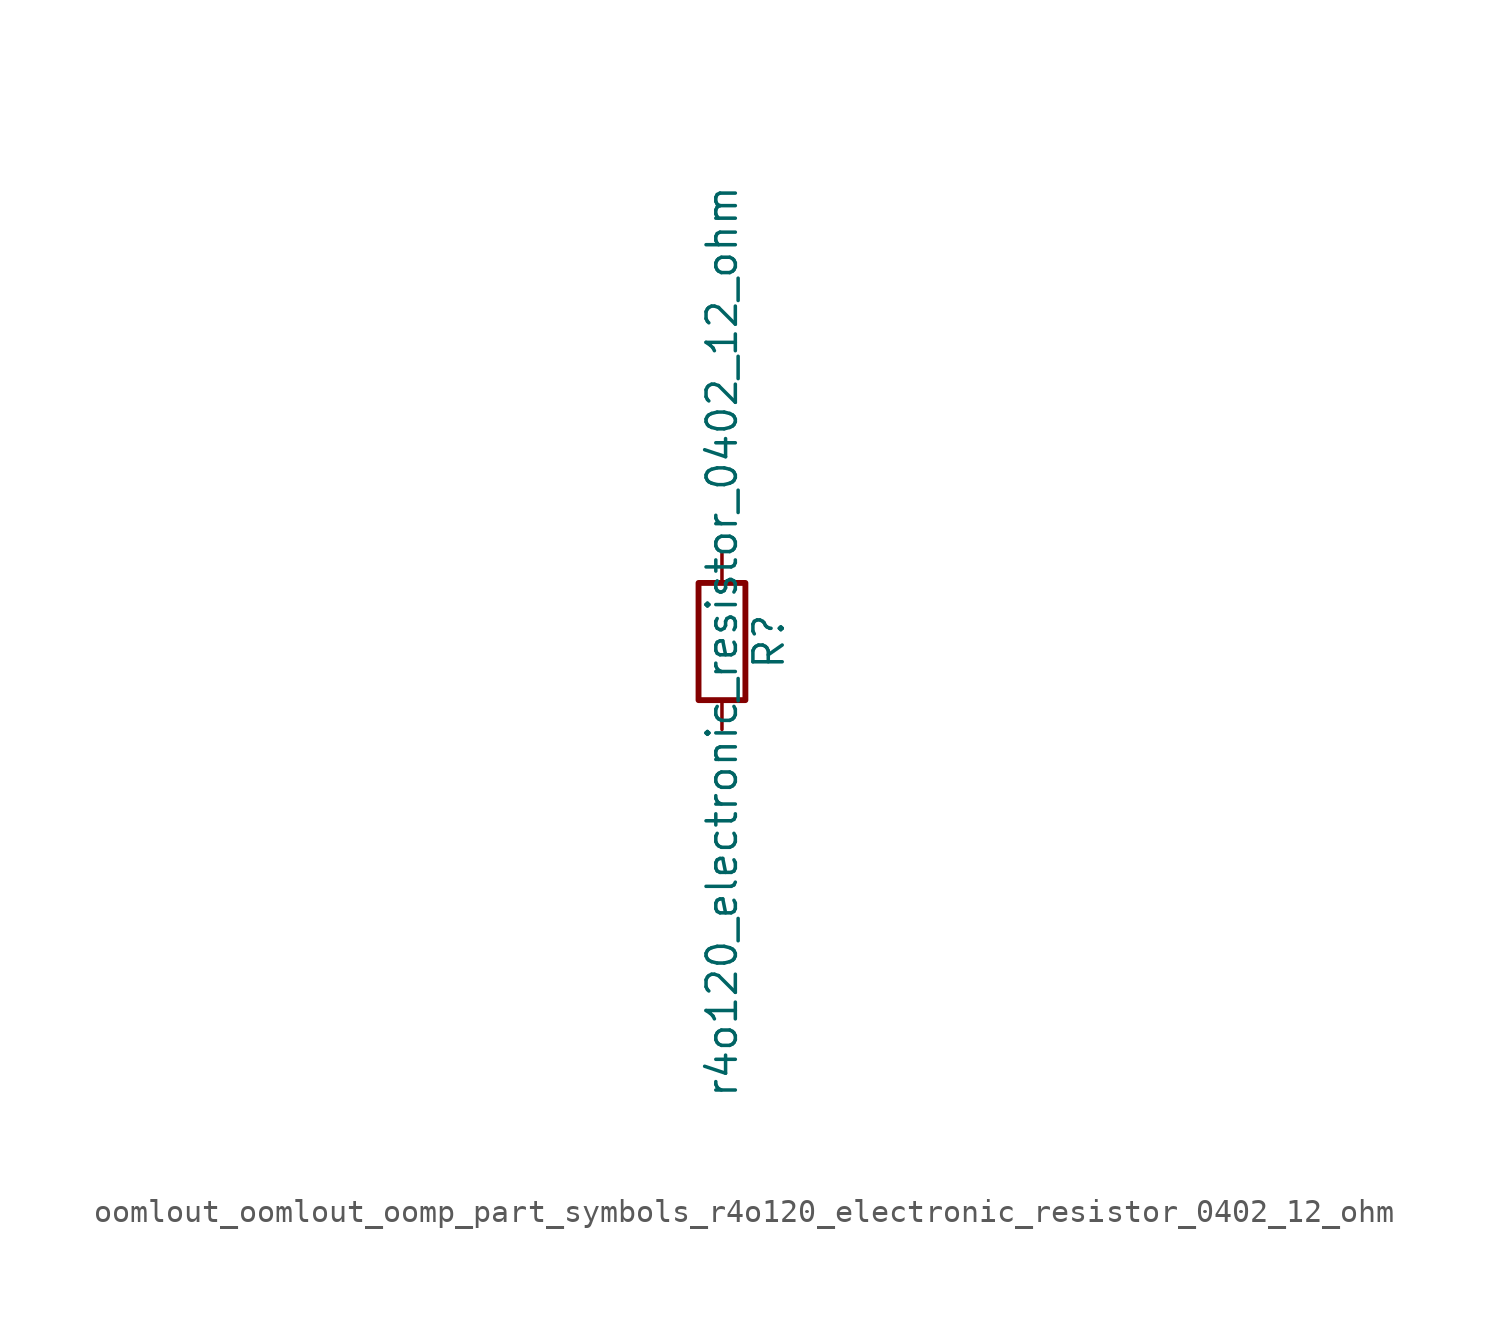
<source format=kicad_sym>
(kicad_symbol_lib
  (version 20220914)
  (generator kicad_symbol_editor)
  (symbol "oomlout_oomlout_oomp_part_symbols_r4o120_electronic_resistor_0402_12_ohm"
    (pin_numbers hide)
    (pin_names
      (offset 0))
    (property "Reference" "R"
      (at 2.032 0 90)
      (effects (font (size 1.27 1.27))))
    (property "Value" "r4o120_electronic_resistor_0402_12_ohm"
      (at 0 0 90)
      (effects (font (size 1.27 1.27))))
    (symbol "oomlout_oomlout_oomp_part_symbols_r4o120_electronic_resistor_0402_12_ohm_0_1"
      (rectangle (start -1.016 -2.54) (end 1.016 2.54) (stroke (width 0.254) (type default)) (fill (type none))))
    (symbol "oomlout_oomlout_oomp_part_symbols_r4o120_electronic_resistor_0402_12_ohm_1_1"
      (pin passive line (at 0 3.81 270) (length 1.27) (name "~" (effects (font (size 1.27 1.27)))) (number "1" (effects (font (size 1.27 1.27)))))
      (pin passive line (at 0 -3.81 90) (length 1.27) (name "~" (effects (font (size 1.27 1.27)))) (number "2" (effects (font (size 1.27 1.27))))))))
</source>
